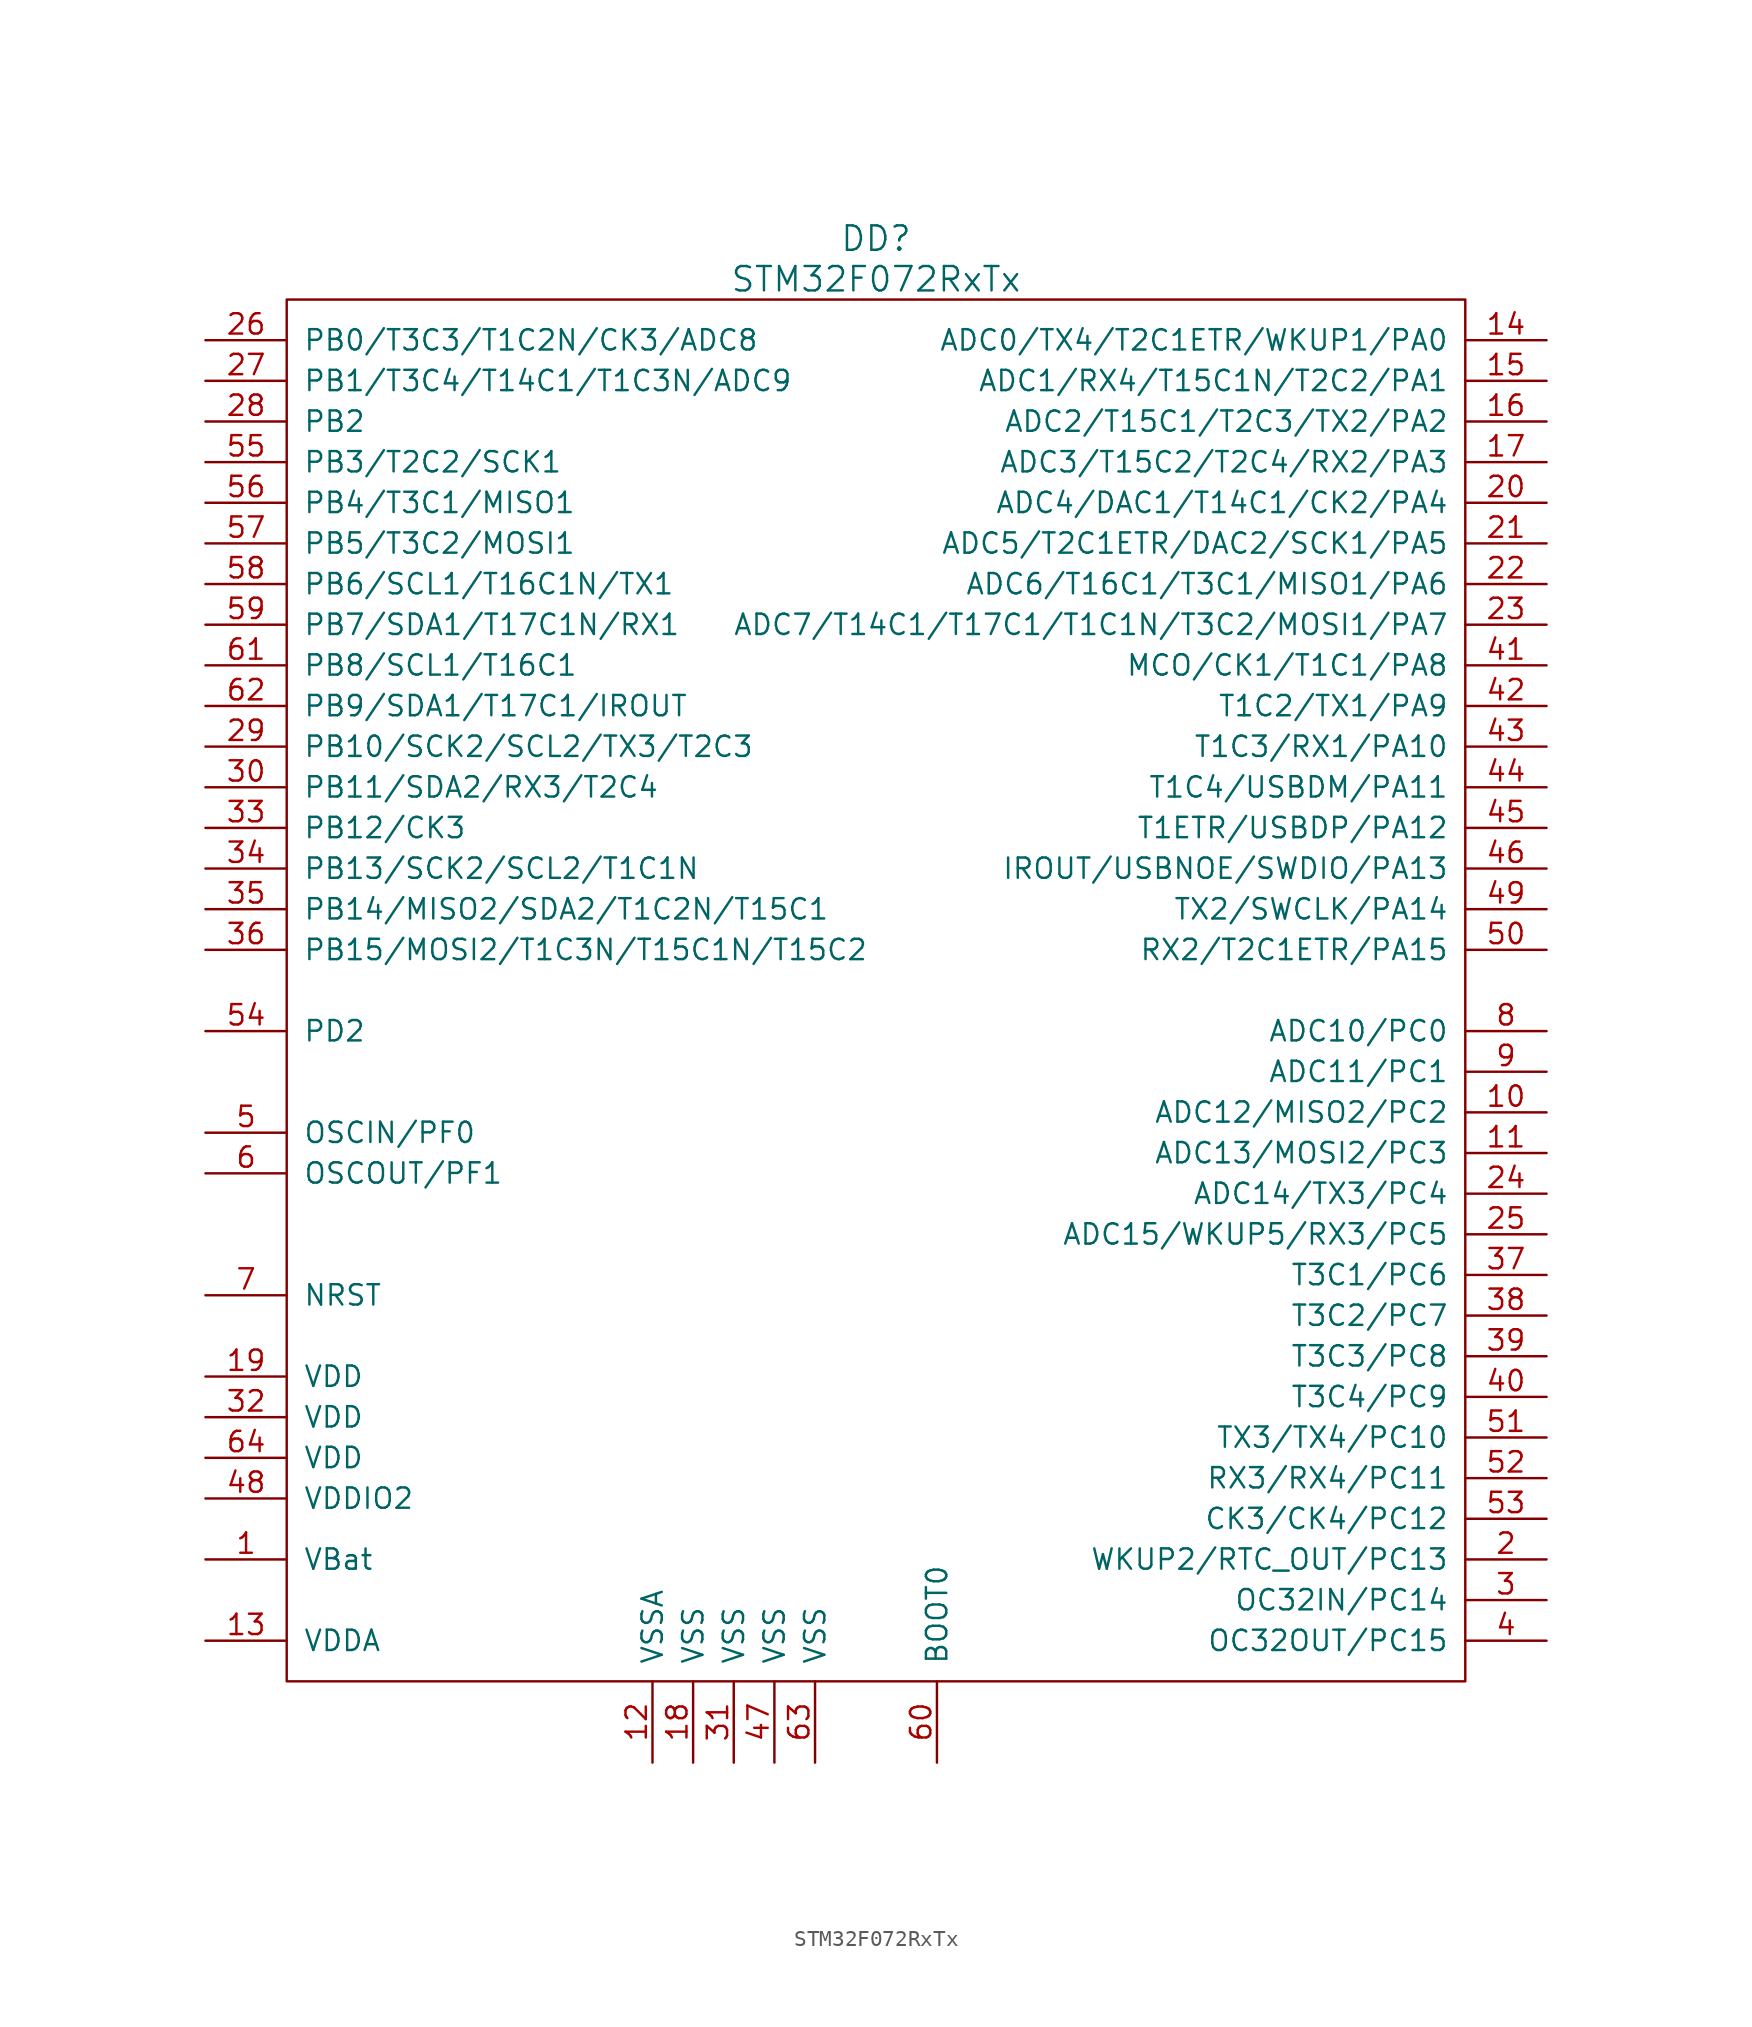
<source format=kicad_sym>
(kicad_symbol_lib
  (version 20220914)
  (generator kicad_symbol_editor)
  (symbol "STM32F072RxTx"
    (pin_names
      (offset 1.016))
    (property "Reference" "DD"
      (at 0 46.99 0)
      (effects (font (size 1.524 1.524))))
    (property "Value" "STM32F072RxTx"
      (at 0 44.45 0)
      (effects (font (size 1.524 1.524))))
    (symbol "STM32F072RxTx_0_1"
      (rectangle (start 36.83 -43.18) (end -36.83 43.18) (stroke (width 0) (type solid)) (fill (type none))))
    (symbol "STM32F072RxTx_1_1"
      (pin power_in line (at -41.91 -35.56 0) (length 5.08) (name "VBat" (effects (font (size 1.27 1.27)))) (number "1" (effects (font (size 1.27 1.27)))))
      (pin passive line (at 41.91 -7.62 180) (length 5.08) (name "ADC12/MISO2/PC2" (effects (font (size 1.27 1.27)))) (number "10" (effects (font (size 1.27 1.27)))))
      (pin passive line (at 41.91 -10.16 180) (length 5.08) (name "ADC13/MOSI2/PC3" (effects (font (size 1.27 1.27)))) (number "11" (effects (font (size 1.27 1.27)))))
      (pin power_in line (at -13.97 -48.26 90) (length 5.08) (name "VSSA" (effects (font (size 1.27 1.27)))) (number "12" (effects (font (size 1.27 1.27)))))
      (pin power_in line (at -41.91 -40.64 0) (length 5.08) (name "VDDA" (effects (font (size 1.27 1.27)))) (number "13" (effects (font (size 1.27 1.27)))))
      (pin passive line (at 41.91 40.64 180) (length 5.08) (name "ADC0/TX4/T2C1ETR/WKUP1/PA0" (effects (font (size 1.27 1.27)))) (number "14" (effects (font (size 1.27 1.27)))))
      (pin passive line (at 41.91 38.1 180) (length 5.08) (name "ADC1/RX4/T15C1N/T2C2/PA1" (effects (font (size 1.27 1.27)))) (number "15" (effects (font (size 1.27 1.27)))))
      (pin passive line (at 41.91 35.56 180) (length 5.08) (name "ADC2/T15C1/T2C3/TX2/PA2" (effects (font (size 1.27 1.27)))) (number "16" (effects (font (size 1.27 1.27)))))
      (pin passive line (at 41.91 33.02 180) (length 5.08) (name "ADC3/T15C2/T2C4/RX2/PA3" (effects (font (size 1.27 1.27)))) (number "17" (effects (font (size 1.27 1.27)))))
      (pin power_in line (at -11.43 -48.26 90) (length 5.08) (name "VSS" (effects (font (size 1.27 1.27)))) (number "18" (effects (font (size 1.27 1.27)))))
      (pin power_in line (at -41.91 -24.13 0) (length 5.08) (name "VDD" (effects (font (size 1.27 1.27)))) (number "19" (effects (font (size 1.27 1.27)))))
      (pin passive line (at 41.91 -35.56 180) (length 5.08) (name "WKUP2/RTC_OUT/PC13" (effects (font (size 1.27 1.27)))) (number "2" (effects (font (size 1.27 1.27)))))
      (pin passive line (at 41.91 30.48 180) (length 5.08) (name "ADC4/DAC1/T14C1/CK2/PA4" (effects (font (size 1.27 1.27)))) (number "20" (effects (font (size 1.27 1.27)))))
      (pin passive line (at 41.91 27.94 180) (length 5.08) (name "ADC5/T2C1ETR/DAC2/SCK1/PA5" (effects (font (size 1.27 1.27)))) (number "21" (effects (font (size 1.27 1.27)))))
      (pin passive line (at 41.91 25.4 180) (length 5.08) (name "ADC6/T16C1/T3C1/MISO1/PA6" (effects (font (size 1.27 1.27)))) (number "22" (effects (font (size 1.27 1.27)))))
      (pin passive line (at 41.91 22.86 180) (length 5.08) (name "ADC7/T14C1/T17C1/T1C1N/T3C2/MOSI1/PA7" (effects (font (size 1.27 1.27)))) (number "23" (effects (font (size 1.27 1.27)))))
      (pin passive line (at 41.91 -12.7 180) (length 5.08) (name "ADC14/TX3/PC4" (effects (font (size 1.27 1.27)))) (number "24" (effects (font (size 1.27 1.27)))))
      (pin passive line (at 41.91 -15.24 180) (length 5.08) (name "ADC15/WKUP5/RX3/PC5" (effects (font (size 1.27 1.27)))) (number "25" (effects (font (size 1.27 1.27)))))
      (pin passive line (at -41.91 40.64 0) (length 5.08) (name "PB0/T3C3/T1C2N/CK3/ADC8" (effects (font (size 1.27 1.27)))) (number "26" (effects (font (size 1.27 1.27)))))
      (pin passive line (at -41.91 38.1 0) (length 5.08) (name "PB1/T3C4/T14C1/T1C3N/ADC9" (effects (font (size 1.27 1.27)))) (number "27" (effects (font (size 1.27 1.27)))))
      (pin passive line (at -41.91 35.56 0) (length 5.08) (name "PB2" (effects (font (size 1.27 1.27)))) (number "28" (effects (font (size 1.27 1.27)))))
      (pin passive line (at -41.91 15.24 0) (length 5.08) (name "PB10/SCK2/SCL2/TX3/T2C3" (effects (font (size 1.27 1.27)))) (number "29" (effects (font (size 1.27 1.27)))))
      (pin passive line (at 41.91 -38.1 180) (length 5.08) (name "OC32IN/PC14" (effects (font (size 1.27 1.27)))) (number "3" (effects (font (size 1.27 1.27)))))
      (pin passive line (at -41.91 12.7 0) (length 5.08) (name "PB11/SDA2/RX3/T2C4" (effects (font (size 1.27 1.27)))) (number "30" (effects (font (size 1.27 1.27)))))
      (pin power_in line (at -8.89 -48.26 90) (length 5.08) (name "VSS" (effects (font (size 1.27 1.27)))) (number "31" (effects (font (size 1.27 1.27)))))
      (pin power_in line (at -41.91 -26.67 0) (length 5.08) (name "VDD" (effects (font (size 1.27 1.27)))) (number "32" (effects (font (size 1.27 1.27)))))
      (pin passive line (at -41.91 10.16 0) (length 5.08) (name "PB12/CK3" (effects (font (size 1.27 1.27)))) (number "33" (effects (font (size 1.27 1.27)))))
      (pin passive line (at -41.91 7.62 0) (length 5.08) (name "PB13/SCK2/SCL2/T1C1N" (effects (font (size 1.27 1.27)))) (number "34" (effects (font (size 1.27 1.27)))))
      (pin passive line (at -41.91 5.08 0) (length 5.08) (name "PB14/MISO2/SDA2/T1C2N/T15C1" (effects (font (size 1.27 1.27)))) (number "35" (effects (font (size 1.27 1.27)))))
      (pin passive line (at -41.91 2.54 0) (length 5.08) (name "PB15/MOSI2/T1C3N/T15C1N/T15C2" (effects (font (size 1.27 1.27)))) (number "36" (effects (font (size 1.27 1.27)))))
      (pin passive line (at 41.91 -17.78 180) (length 5.08) (name "T3C1/PC6" (effects (font (size 1.27 1.27)))) (number "37" (effects (font (size 1.27 1.27)))))
      (pin passive line (at 41.91 -20.32 180) (length 5.08) (name "T3C2/PC7" (effects (font (size 1.27 1.27)))) (number "38" (effects (font (size 1.27 1.27)))))
      (pin passive line (at 41.91 -22.86 180) (length 5.08) (name "T3C3/PC8" (effects (font (size 1.27 1.27)))) (number "39" (effects (font (size 1.27 1.27)))))
      (pin passive line (at 41.91 -40.64 180) (length 5.08) (name "OC32OUT/PC15" (effects (font (size 1.27 1.27)))) (number "4" (effects (font (size 1.27 1.27)))))
      (pin passive line (at 41.91 -25.4 180) (length 5.08) (name "T3C4/PC9" (effects (font (size 1.27 1.27)))) (number "40" (effects (font (size 1.27 1.27)))))
      (pin passive line (at 41.91 20.32 180) (length 5.08) (name "MCO/CK1/T1C1/PA8" (effects (font (size 1.27 1.27)))) (number "41" (effects (font (size 1.27 1.27)))))
      (pin passive line (at 41.91 17.78 180) (length 5.08) (name "T1C2/TX1/PA9" (effects (font (size 1.27 1.27)))) (number "42" (effects (font (size 1.27 1.27)))))
      (pin passive line (at 41.91 15.24 180) (length 5.08) (name "T1C3/RX1/PA10" (effects (font (size 1.27 1.27)))) (number "43" (effects (font (size 1.27 1.27)))))
      (pin passive line (at 41.91 12.7 180) (length 5.08) (name "T1C4/USBDM/PA11" (effects (font (size 1.27 1.27)))) (number "44" (effects (font (size 1.27 1.27)))))
      (pin passive line (at 41.91 10.16 180) (length 5.08) (name "T1ETR/USBDP/PA12" (effects (font (size 1.27 1.27)))) (number "45" (effects (font (size 1.27 1.27)))))
      (pin passive line (at 41.91 7.62 180) (length 5.08) (name "IROUT/USBNOE/SWDIO/PA13" (effects (font (size 1.27 1.27)))) (number "46" (effects (font (size 1.27 1.27)))))
      (pin power_in line (at -6.35 -48.26 90) (length 5.08) (name "VSS" (effects (font (size 1.27 1.27)))) (number "47" (effects (font (size 1.27 1.27)))))
      (pin power_in line (at -41.91 -31.75 0) (length 5.08) (name "VDDIO2" (effects (font (size 1.27 1.27)))) (number "48" (effects (font (size 1.27 1.27)))))
      (pin passive line (at 41.91 5.08 180) (length 5.08) (name "TX2/SWCLK/PA14" (effects (font (size 1.27 1.27)))) (number "49" (effects (font (size 1.27 1.27)))))
      (pin passive line (at -41.91 -8.89 0) (length 5.08) (name "OSCIN/PF0" (effects (font (size 1.27 1.27)))) (number "5" (effects (font (size 1.27 1.27)))))
      (pin passive line (at 41.91 2.54 180) (length 5.08) (name "RX2/T2C1ETR/PA15" (effects (font (size 1.27 1.27)))) (number "50" (effects (font (size 1.27 1.27)))))
      (pin passive line (at 41.91 -27.94 180) (length 5.08) (name "TX3/TX4/PC10" (effects (font (size 1.27 1.27)))) (number "51" (effects (font (size 1.27 1.27)))))
      (pin passive line (at 41.91 -30.48 180) (length 5.08) (name "RX3/RX4/PC11" (effects (font (size 1.27 1.27)))) (number "52" (effects (font (size 1.27 1.27)))))
      (pin passive line (at 41.91 -33.02 180) (length 5.08) (name "CK3/CK4/PC12" (effects (font (size 1.27 1.27)))) (number "53" (effects (font (size 1.27 1.27)))))
      (pin passive line (at -41.91 -2.54 0) (length 5.08) (name "PD2" (effects (font (size 1.27 1.27)))) (number "54" (effects (font (size 1.27 1.27)))))
      (pin passive line (at -41.91 33.02 0) (length 5.08) (name "PB3/T2C2/SCK1" (effects (font (size 1.27 1.27)))) (number "55" (effects (font (size 1.27 1.27)))))
      (pin passive line (at -41.91 30.48 0) (length 5.08) (name "PB4/T3C1/MISO1" (effects (font (size 1.27 1.27)))) (number "56" (effects (font (size 1.27 1.27)))))
      (pin passive line (at -41.91 27.94 0) (length 5.08) (name "PB5/T3C2/MOSI1" (effects (font (size 1.27 1.27)))) (number "57" (effects (font (size 1.27 1.27)))))
      (pin passive line (at -41.91 25.4 0) (length 5.08) (name "PB6/SCL1/T16C1N/TX1" (effects (font (size 1.27 1.27)))) (number "58" (effects (font (size 1.27 1.27)))))
      (pin passive line (at -41.91 22.86 0) (length 5.08) (name "PB7/SDA1/T17C1N/RX1" (effects (font (size 1.27 1.27)))) (number "59" (effects (font (size 1.27 1.27)))))
      (pin passive line (at -41.91 -11.43 0) (length 5.08) (name "OSCOUT/PF1" (effects (font (size 1.27 1.27)))) (number "6" (effects (font (size 1.27 1.27)))))
      (pin passive line (at 3.81 -48.26 90) (length 5.08) (name "BOOT0" (effects (font (size 1.27 1.27)))) (number "60" (effects (font (size 1.27 1.27)))))
      (pin passive line (at -41.91 20.32 0) (length 5.08) (name "PB8/SCL1/T16C1" (effects (font (size 1.27 1.27)))) (number "61" (effects (font (size 1.27 1.27)))))
      (pin passive line (at -41.91 17.78 0) (length 5.08) (name "PB9/SDA1/T17C1/IROUT" (effects (font (size 1.27 1.27)))) (number "62" (effects (font (size 1.27 1.27)))))
      (pin power_in line (at -3.81 -48.26 90) (length 5.08) (name "VSS" (effects (font (size 1.27 1.27)))) (number "63" (effects (font (size 1.27 1.27)))))
      (pin power_in line (at -41.91 -29.21 0) (length 5.08) (name "VDD" (effects (font (size 1.27 1.27)))) (number "64" (effects (font (size 1.27 1.27)))))
      (pin passive line (at -41.91 -19.05 0) (length 5.08) (name "NRST" (effects (font (size 1.27 1.27)))) (number "7" (effects (font (size 1.27 1.27)))))
      (pin passive line (at 41.91 -2.54 180) (length 5.08) (name "ADC10/PC0" (effects (font (size 1.27 1.27)))) (number "8" (effects (font (size 1.27 1.27)))))
      (pin passive line (at 41.91 -5.08 180) (length 5.08) (name "ADC11/PC1" (effects (font (size 1.27 1.27)))) (number "9" (effects (font (size 1.27 1.27))))))))
</source>
